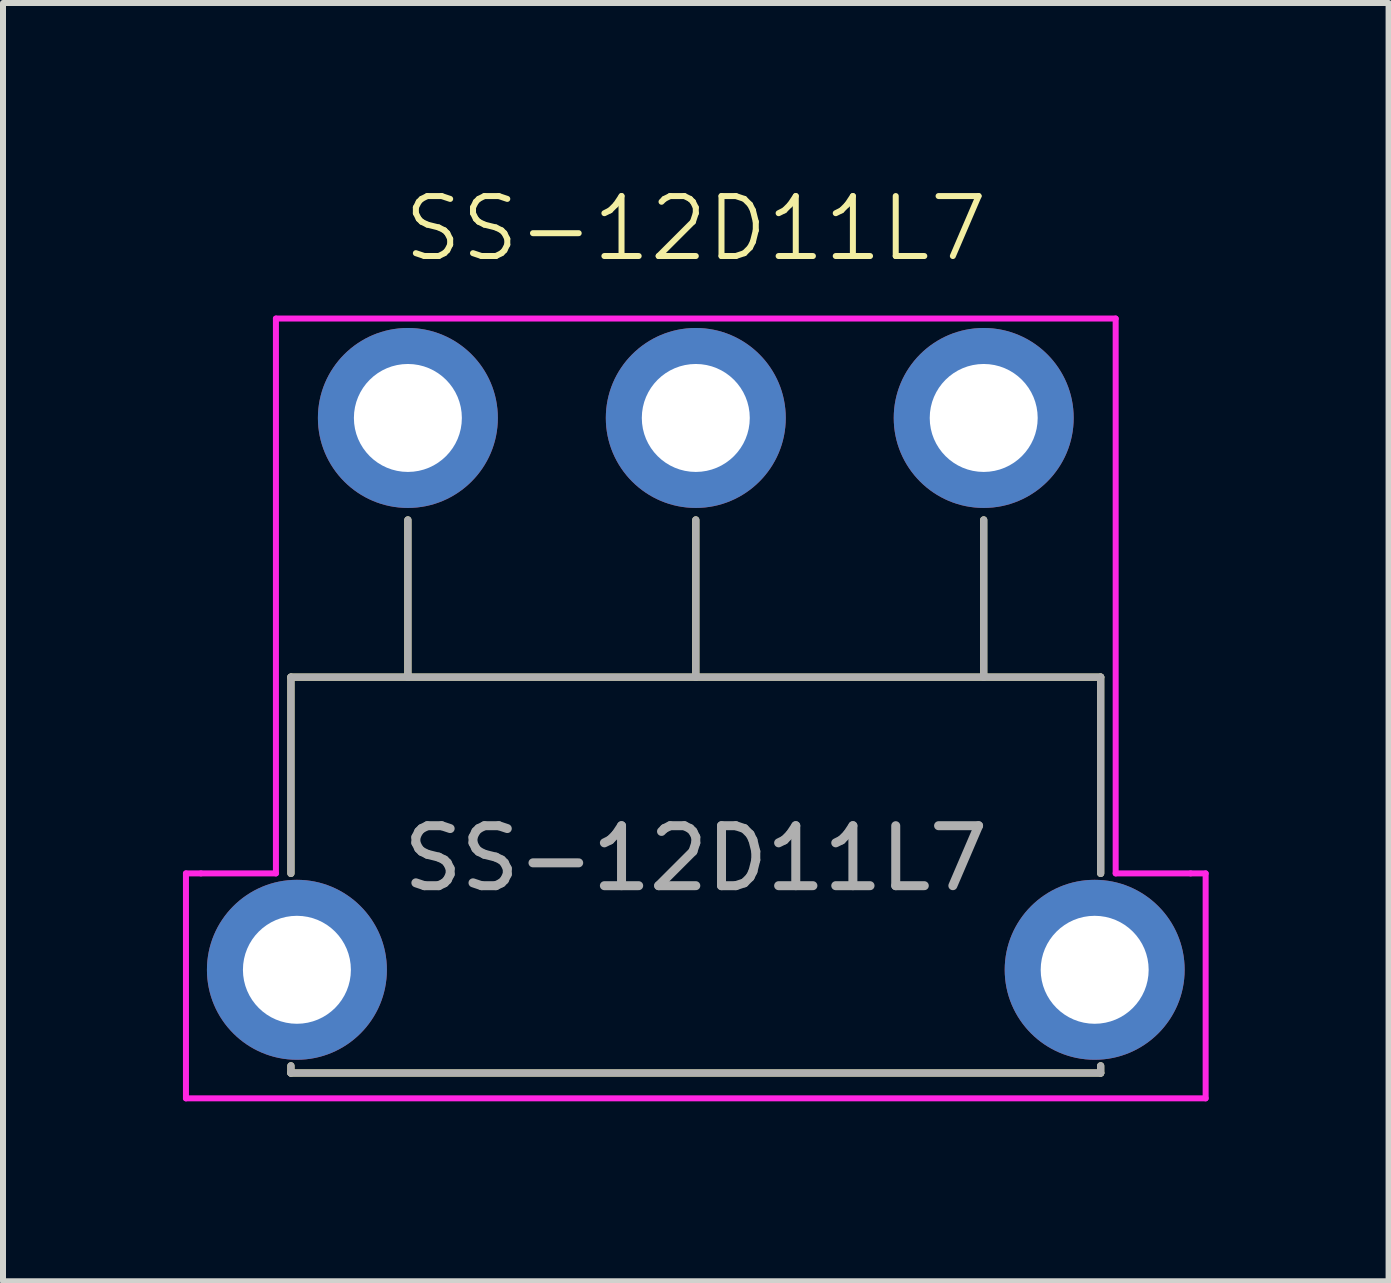
<source format=kicad_pcb>
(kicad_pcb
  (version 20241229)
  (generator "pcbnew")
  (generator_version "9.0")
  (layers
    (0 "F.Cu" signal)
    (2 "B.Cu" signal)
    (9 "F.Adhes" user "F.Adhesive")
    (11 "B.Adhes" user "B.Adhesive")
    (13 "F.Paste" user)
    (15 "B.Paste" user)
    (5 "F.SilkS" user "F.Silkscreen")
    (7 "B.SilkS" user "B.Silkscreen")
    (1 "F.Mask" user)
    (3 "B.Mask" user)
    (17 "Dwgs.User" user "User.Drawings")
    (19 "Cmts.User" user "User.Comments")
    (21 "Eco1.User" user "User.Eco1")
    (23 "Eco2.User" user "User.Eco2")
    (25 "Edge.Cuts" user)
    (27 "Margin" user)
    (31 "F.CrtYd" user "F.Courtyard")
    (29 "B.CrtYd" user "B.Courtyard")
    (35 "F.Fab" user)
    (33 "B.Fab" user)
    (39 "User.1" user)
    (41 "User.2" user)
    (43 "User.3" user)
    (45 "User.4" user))
  (footprint "SS-12D11L7"
    (layer "F.Cu")
    (at 8.55 11.511)
    (property "Reference" "SS-12D11L7" (at 0 -10.75 0) (unlocked yes) (layer "F.SilkS") (effects (font (size 1 1) (thickness 0.1))))
    (attr through_hole)
    (fp_line (start -6.75 -3.272) (end 6.75 -3.272) (stroke (width 0.12) (type default)) (layer "F.SilkS"))
    (fp_line (start -6.75 0) (end -6.75 -3.272) (stroke (width 0.12) (type default)) (layer "F.SilkS"))
    (fp_line (start -6.75 3.328) (end -6.75 3.208) (stroke (width 0.12) (type default)) (layer "F.SilkS"))
    (fp_line (start -6.75 3.328) (end 6.75 3.328) (stroke (width 0.12) (type default)) (layer "F.SilkS"))
    (fp_line (start -4.8 -3.272) (end -4.8 -5.893) (stroke (width 0.12) (type default)) (layer "F.SilkS"))
    (fp_line (start 0 -3.272) (end 0 -5.893) (stroke (width 0.12) (type default)) (layer "F.SilkS"))
    (fp_line (start 4.8 -3.272) (end 4.8 -5.893) (stroke (width 0.12) (type default)) (layer "F.SilkS"))
    (fp_line (start 6.75 0) (end 6.75 -3.272) (stroke (width 0.12) (type default)) (layer "F.SilkS"))
    (fp_line (start 6.75 3.328) (end 6.75 3.208) (stroke (width 0.12) (type default)) (layer "F.SilkS"))
    (fp_line (start -8.5 0) (end -8.5 3.75) (stroke (width 0.1) (type default)) (layer "F.CrtYd"))
    (fp_line (start -8.25 0) (end -8.5 0) (stroke (width 0.1) (type default)) (layer "F.CrtYd"))
    (fp_line (start -7 -9.25) (end -7 0) (stroke (width 0.1) (type default)) (layer "F.CrtYd"))
    (fp_line (start -7 -9.25) (end 7 -9.25) (stroke (width 0.1) (type default)) (layer "F.CrtYd"))
    (fp_line (start -7 0) (end -8.25 0) (stroke (width 0.1) (type default)) (layer "F.CrtYd"))
    (fp_line (start 7 -9.25) (end 7 0) (stroke (width 0.1) (type default)) (layer "F.CrtYd"))
    (fp_line (start 7 0) (end 8.25 0) (stroke (width 0.1) (type default)) (layer "F.CrtYd"))
    (fp_line (start 8.25 0) (end 8.5 0) (stroke (width 0.1) (type default)) (layer "F.CrtYd"))
    (fp_line (start 8.5 0) (end 8.5 3.75) (stroke (width 0.1) (type default)) (layer "F.CrtYd"))
    (fp_line (start 8.5 3.75) (end -8.5 3.75) (stroke (width 0.1) (type default)) (layer "F.CrtYd"))
    (fp_line (start -6.75 -3.272) (end 6.75 -3.272) (stroke (width 0.12) (type default)) (layer "F.Fab"))
    (fp_line (start -6.75 0) (end -6.75 -3.272) (stroke (width 0.12) (type default)) (layer "F.Fab"))
    (fp_line (start -6.75 3.328) (end -6.75 3.208) (stroke (width 0.12) (type default)) (layer "F.Fab"))
    (fp_line (start -6.75 3.328) (end 6.75 3.328) (stroke (width 0.12) (type default)) (layer "F.Fab"))
    (fp_line (start -4.8 -3.272) (end -4.8 -5.893) (stroke (width 0.12) (type default)) (layer "F.Fab"))
    (fp_line (start 0 -3.272) (end 0 -5.893) (stroke (width 0.12) (type default)) (layer "F.Fab"))
    (fp_line (start 4.8 -3.272) (end 4.8 -5.893) (stroke (width 0.12) (type default)) (layer "F.Fab"))
    (fp_line (start 6.75 0) (end 6.75 -3.272) (stroke (width 0.12) (type default)) (layer "F.Fab"))
    (fp_line (start 6.75 3.328) (end 6.75 3.208) (stroke (width 0.12) (type default)) (layer "F.Fab"))
    (fp_text user "${REFERENCE}" (at 0 -0.25 0) (unlocked yes) (layer "F.Fab") (effects (font (size 1 1) (thickness 0.15))))
    (pad "1" thru_hole circle (at -4.8 -7.593) (size 3 3) (drill 1.8) (layers "*.Cu" "*.Mask"))
    (pad "2" thru_hole circle (at 0 -7.593) (size 3 3) (drill 1.8) (layers "*.Cu" "*.Mask"))
    (pad "3" thru_hole circle (at 4.8 -7.593) (size 3 3) (drill 1.8) (layers "*.Cu" "*.Mask"))
    (pad "4" thru_hole circle (at 6.65 1.607) (size 3 3) (drill 1.8) (layers "*.Cu" "*.Mask"))
    (pad "5" thru_hole circle (at -6.65 1.607) (size 3 3) (drill 1.8) (layers "*.Cu" "*.Mask")))
  (gr_rect
    (start -3 -3)
    (end 20.1 18.311)
    (stroke (width 0.1) (type default))
    (fill no)
    (layer "Edge.Cuts")))
</source>
